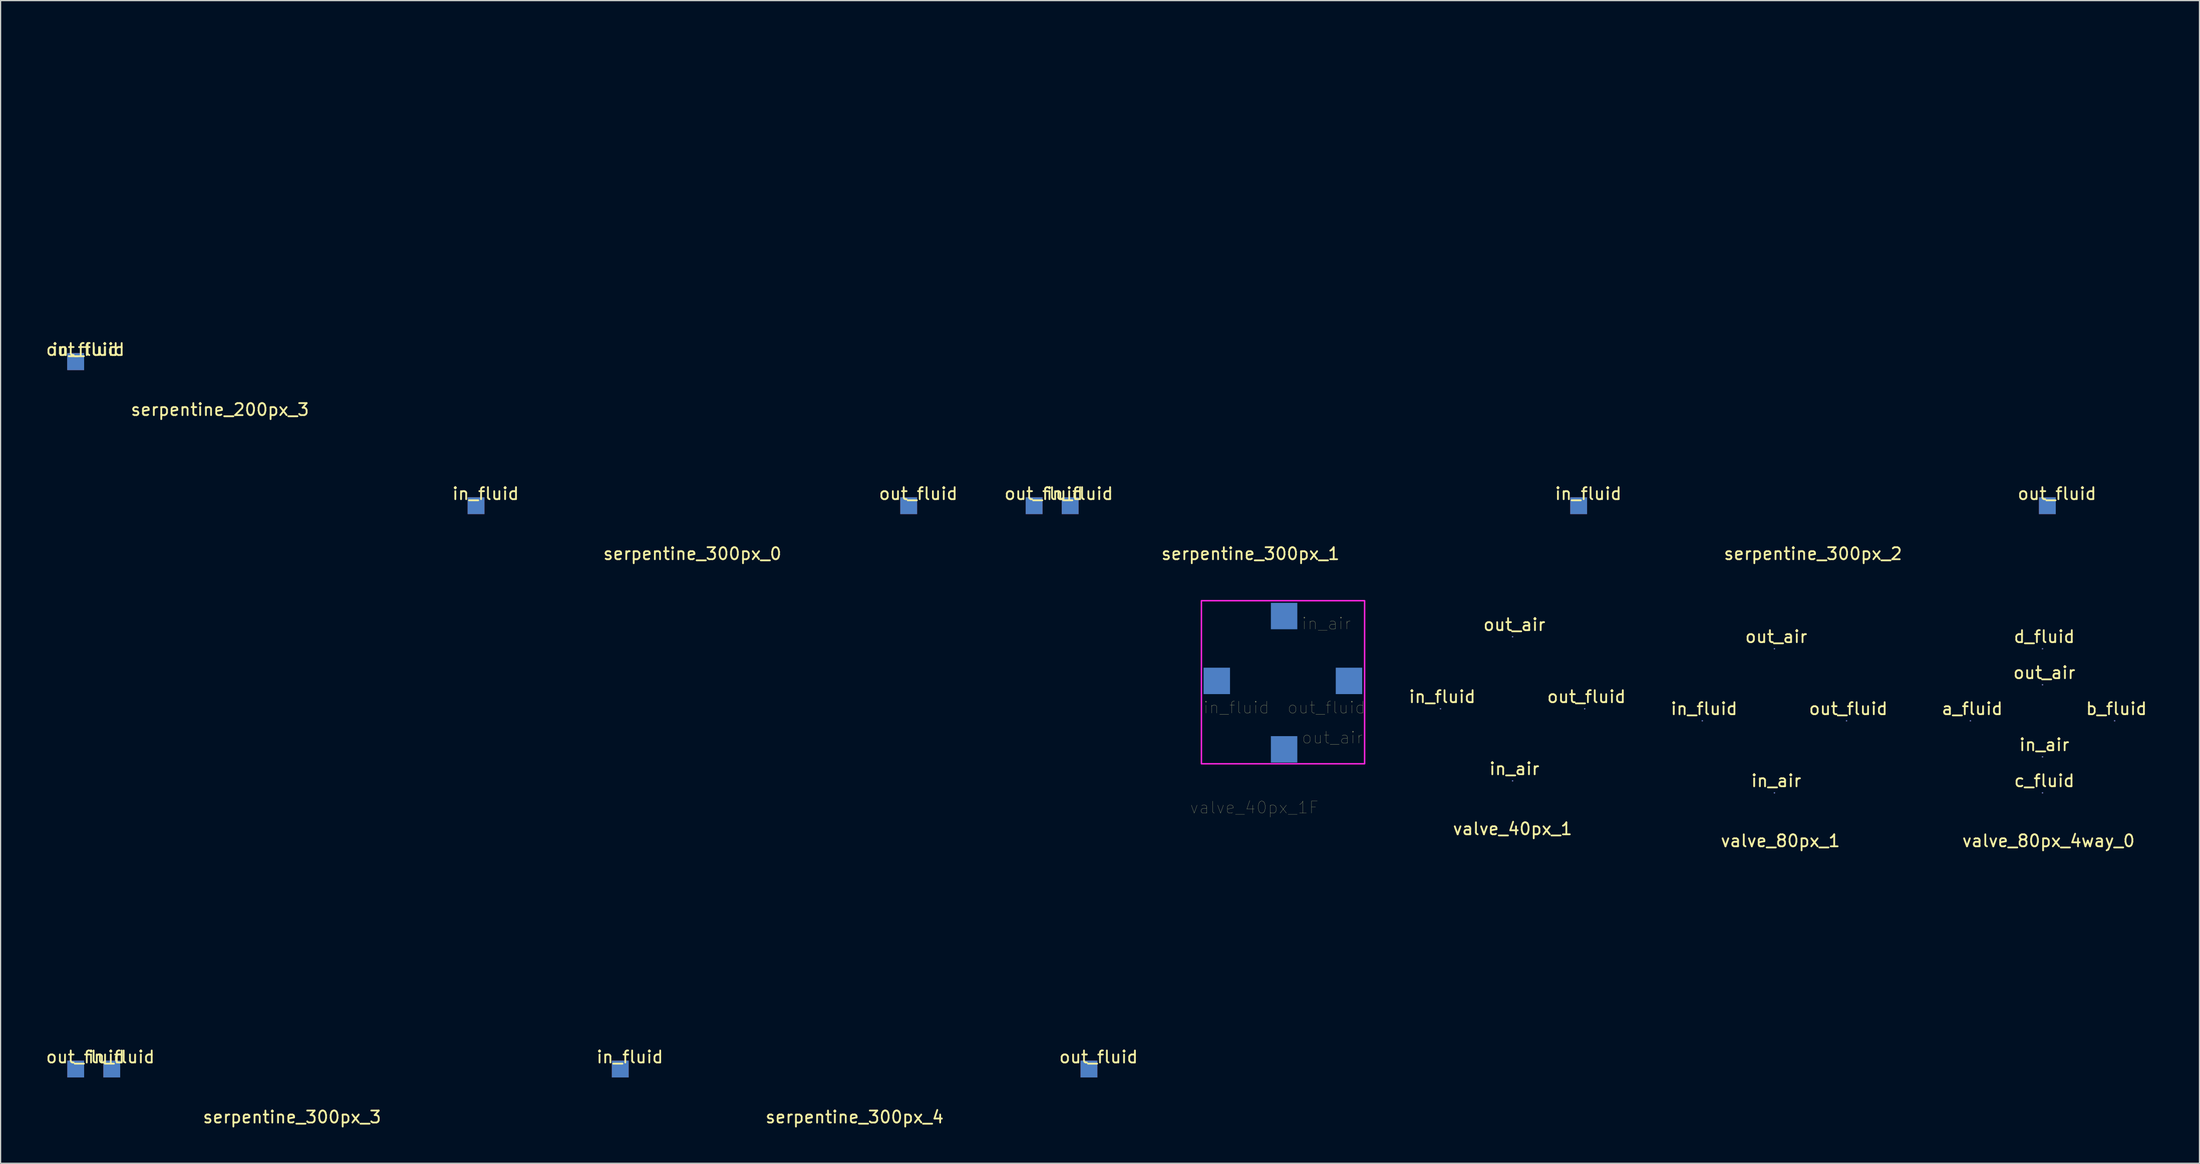
<source format=kicad_pcb>
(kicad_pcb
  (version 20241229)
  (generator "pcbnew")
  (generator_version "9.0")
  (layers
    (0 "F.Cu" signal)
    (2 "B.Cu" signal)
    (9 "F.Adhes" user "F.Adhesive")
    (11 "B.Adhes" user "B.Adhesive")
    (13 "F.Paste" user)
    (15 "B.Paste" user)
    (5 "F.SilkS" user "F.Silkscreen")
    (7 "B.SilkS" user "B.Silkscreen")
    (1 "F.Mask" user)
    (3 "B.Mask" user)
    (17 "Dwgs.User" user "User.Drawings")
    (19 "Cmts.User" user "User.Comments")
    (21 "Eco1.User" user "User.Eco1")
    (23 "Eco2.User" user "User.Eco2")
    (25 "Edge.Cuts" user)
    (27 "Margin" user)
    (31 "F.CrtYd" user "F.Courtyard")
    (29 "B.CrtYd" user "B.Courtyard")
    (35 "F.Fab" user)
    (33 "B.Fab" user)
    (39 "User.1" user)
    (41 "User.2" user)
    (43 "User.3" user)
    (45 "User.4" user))
  (footprint "serpentine_200px_3"
    (layer "F.Cu")
    (at 0.25 30.06)
    (property "Reference" "serpentine_200px_3" (at 15 1 0) (layer "F.SilkS") (effects (font (size 1 1) (thickness 0.15))))
    (attr through_hole)
    (fp_rect (start 0 0) (end 30 -30) (stroke (width 0.12) (type solid)) (fill no) (layer "Margin"))
    (fp_text user "in_fluid" (at 3.8 -4 0) (layer "F.SilkS") (effects (font (size 1 1) (thickness 0.15))))
    (fp_text user "out_fluid" (at 3.8 -4 0) (layer "F.SilkS") (effects (font (size 1 1) (thickness 0.15))))
    (pad "0" thru_hole rect (at 3 -3) (size 1.4 1.4) (drill 0.000001) (layers "In8.Cu"))
    (pad "1" thru_hole rect (at 3 -3) (size 1.4 1.4) (drill 0.000001) (layers "In5.Cu"))
    (zone (net_name "") (layer "In5.Cu") (hatch edge 0.1) (connect_pads) (min_thickness 0.254) (filled_areas_thickness no) (keepout (tracks not_allowed) (vias not_allowed) (pads not_allowed) (copperpour not_allowed) (footprints not_allowed)) (placement (enabled no)) (fill) (polygon (pts (xy 3.25 30.06) (xy 3.25 0.06) (xy 27.25 0.06) (xy 27.25 30.06))))
    (zone (net_name "") (layer "In6.Cu") (hatch edge 0.1) (connect_pads) (min_thickness 0.254) (filled_areas_thickness no) (keepout (tracks not_allowed) (vias not_allowed) (pads not_allowed) (copperpour not_allowed) (footprints not_allowed)) (placement (enabled no)) (fill) (polygon (pts (xy 6.25 30.06) (xy 6.25 0.06) (xy 27.25 0.06) (xy 27.25 30.06))))
    (zone (net_name "") (layer "In7.Cu") (hatch edge 0.1) (connect_pads) (min_thickness 0.254) (filled_areas_thickness no) (keepout (tracks not_allowed) (vias not_allowed) (pads not_allowed) (copperpour not_allowed) (footprints not_allowed)) (placement (enabled no)) (fill) (polygon (pts (xy 6.25 30.06) (xy 6.25 0.06) (xy 27.25 0.06) (xy 27.25 30.06))))
    (zone (net_name "") (layer "In8.Cu") (hatch edge 0.1) (connect_pads) (min_thickness 0.254) (filled_areas_thickness no) (keepout (tracks not_allowed) (vias not_allowed) (pads not_allowed) (copperpour not_allowed) (footprints not_allowed)) (placement (enabled no)) (fill) (polygon (pts (xy 3.25 30.06) (xy 3.25 0.06) (xy 27.25 0.06) (xy 27.25 30.06)))))
  (footprint "valve_80px_1"
    (layer "F.Cu")
    (at 135.594 65.968)
    (property "Reference" "valve_80px_1" (at 9.5 1 0) (layer "F.SilkS") (effects (font (size 1 1) (thickness 0.15))))
    (attr through_hole)
    (fp_rect (start 0 0) (end 19 -19) (stroke (width 0.12) (type solid)) (fill no) (layer "Margin"))
    (fp_text user "in_air" (at 9.15 -4 0) (layer "F.SilkS") (effects (font (size 1 1) (thickness 0.15))))
    (fp_text user "out_fluid" (at 15.15 -10 0) (layer "F.SilkS") (effects (font (size 1 1) (thickness 0.15))))
    (fp_text user "out_air" (at 9.15 -16 0) (layer "F.SilkS") (effects (font (size 1 1) (thickness 0.15))))
    (fp_text user "in_fluid" (at 3.15 -10 0) (layer "F.SilkS") (effects (font (size 1 1) (thickness 0.15))))
    (pad "0" thru_hole rect (at 3 -9) (size 0.1 0.1) (drill 0.000001) (layers "B.Cu"))
    (pad "1" thru_hole rect (at 15 -9) (size 0.1 0.1) (drill 0.000001) (layers "B.Cu"))
    (pad "2" thru_hole rect (at 9 -3) (size 0.1 0.1) (drill 0.000001) (layers "In7.Cu"))
    (pad "3" thru_hole rect (at 9 -15) (size 0.1 0.1) (drill 0.000001) (layers "In7.Cu"))
    (zone (net_name "") (layer "B.Cu") (hatch edge 0.1) (connect_pads) (min_thickness 0.254) (filled_areas_thickness no) (keepout (tracks not_allowed) (vias not_allowed) (pads not_allowed) (copperpour not_allowed) (footprints not_allowed)) (placement (enabled no)) (fill) (polygon (pts (xy 138.594 62.968) (xy 138.594 50.968) (xy 150.594 50.968) (xy 150.594 62.968))))
    (zone (net_name "") (layer "In7.Cu") (hatch edge 0.1) (connect_pads) (min_thickness 0.254) (filled_areas_thickness no) (keepout (tracks not_allowed) (vias not_allowed) (pads not_allowed) (copperpour not_allowed) (footprints not_allowed)) (placement (enabled no)) (fill) (polygon (pts (xy 138.594 62.968) (xy 138.594 50.968) (xy 150.594 50.968) (xy 150.594 62.968))))
    (zone (net_name "") (layer "In8.Cu") (hatch edge 0.1) (connect_pads) (min_thickness 0.254) (filled_areas_thickness no) (keepout (tracks not_allowed) (vias not_allowed) (pads not_allowed) (copperpour not_allowed) (footprints not_allowed)) (placement (enabled no)) (fill) (polygon (pts (xy 138.594 62.968) (xy 138.594 50.968) (xy 150.594 50.968) (xy 150.594 62.968)))))
  (footprint "valve_40px_1F"
    (layer "F.Cu")
    (at 94.997 62.468)
    (property "Reference" "valve_40px_1F" (at 6.323 1.727 0) (layer "F.SilkS") (effects (font (size 1 1) (thickness 0.015))))
    (attr through_hole)
    (fp_rect (start 15.5 -1.92) (end 1.92 -15.5) (stroke (width 0.12) (type solid)) (fill no) (layer "F.CrtYd"))
    (fp_text user "out_fluid" (at 12.32 -6.6 0) (layer "F.SilkS") (effects (font (size 1 1) (thickness 0.015))))
    (fp_text user "in_fluid" (at 4.82 -6.6 0) (layer "F.SilkS") (effects (font (size 1 1) (thickness 0.015))))
    (fp_text user "out_air" (at 12.82 -4.1 0) (layer "F.SilkS") (effects (font (size 1 1) (thickness 0.015))))
    (fp_text user "in_air" (at 12.32 -13.6 0) (layer "F.SilkS") (effects (font (size 1 1) (thickness 0.015))))
    (pad "1" smd rect (at 14.2 -8.82) (size 2.2 2.2) (layers "B.Cu"))
    (pad "2" smd rect (at 3.2 -8.82) (size 2.2 2.2) (layers "B.Cu"))
    (pad "3" smd rect (at 8.8 -3.12) (size 2.2 2.2) (layers "B.Cu"))
    (pad "4" smd rect (at 8.8 -14.22) (size 2.2 2.2) (layers "B.Cu")))
  (footprint "serpentine_300px_1"
    (layer "F.Cu")
    (at 79.997 42.06)
    (property "Reference" "serpentine_300px_1" (at 21 1 0) (layer "F.SilkS") (effects (font (size 1 1) (thickness 0.15))))
    (attr through_hole)
    (fp_rect (start 0 0) (end 42 -42) (stroke (width 0.12) (type solid)) (fill no) (layer "Margin"))
    (fp_text user "out_fluid" (at 3.8 -4 0) (layer "F.SilkS") (effects (font (size 1 1) (thickness 0.15))))
    (fp_text user "in_fluid" (at 6.8 -4 0) (layer "F.SilkS") (effects (font (size 1 1) (thickness 0.15))))
    (pad "0" thru_hole rect (at 6 -3) (size 1.4 1.4) (drill 0.000001) (layers "In8.Cu"))
    (pad "1" thru_hole rect (at 3 -3) (size 1.4 1.4) (drill 0.000001) (layers "In7.Cu"))
    (zone (net_name "") (layer "In7.Cu") (hatch edge 0.1) (connect_pads) (min_thickness 0.254) (filled_areas_thickness no) (keepout (tracks not_allowed) (vias not_allowed) (pads not_allowed) (copperpour not_allowed) (footprints not_allowed)) (placement (enabled no)) (fill) (polygon (pts (xy 85.997 42.06) (xy 85.997 0.06) (xy 118.997 0.06) (xy 118.997 42.06))))
    (zone (net_name "") (layer "In8.Cu") (hatch edge 0.1) (connect_pads) (min_thickness 0.254) (filled_areas_thickness no) (keepout (tracks not_allowed) (vias not_allowed) (pads not_allowed) (copperpour not_allowed) (footprints not_allowed)) (placement (enabled no)) (fill) (polygon (pts (xy 85.997 42.06) (xy 85.997 0.06) (xy 118.997 0.06) (xy 118.997 42.06)))))
  (footprint "serpentine_300px_3"
    (layer "F.Cu")
    (at 0.25 88.968)
    (property "Reference" "serpentine_300px_3" (at 21 1 0) (layer "F.SilkS") (effects (font (size 1 1) (thickness 0.15))))
    (attr through_hole)
    (fp_rect (start 0 0) (end 42 -42) (stroke (width 0.12) (type solid)) (fill no) (layer "Margin"))
    (fp_text user "in_fluid" (at 6.8 -4 0) (layer "F.SilkS") (effects (font (size 1 1) (thickness 0.15))))
    (fp_text user "out_fluid" (at 3.8 -4 0) (layer "F.SilkS") (effects (font (size 1 1) (thickness 0.15))))
    (pad "0" thru_hole rect (at 6 -3) (size 1.4 1.4) (drill 0.000001) (layers "In8.Cu"))
    (pad "1" thru_hole rect (at 3 -3) (size 1.4 1.4) (drill 0.000001) (layers "In5.Cu"))
    (zone (net_name "") (layer "In5.Cu") (hatch edge 0.1) (connect_pads) (min_thickness 0.254) (filled_areas_thickness no) (keepout (tracks not_allowed) (vias not_allowed) (pads not_allowed) (copperpour not_allowed) (footprints not_allowed)) (placement (enabled no)) (fill) (polygon (pts (xy 3.25 88.968) (xy 3.25 46.968) (xy 42.25 46.968) (xy 42.25 88.968))))
    (zone (net_name "") (layer "In6.Cu") (hatch edge 0.1) (connect_pads) (min_thickness 0.254) (filled_areas_thickness no) (keepout (tracks not_allowed) (vias not_allowed) (pads not_allowed) (copperpour not_allowed) (footprints not_allowed)) (placement (enabled no)) (fill) (polygon (pts (xy 6.25 88.968) (xy 6.25 46.968) (xy 42.25 46.968) (xy 42.25 88.968))))
    (zone (net_name "") (layer "In7.Cu") (hatch edge 0.1) (connect_pads) (min_thickness 0.254) (filled_areas_thickness no) (keepout (tracks not_allowed) (vias not_allowed) (pads not_allowed) (copperpour not_allowed) (footprints not_allowed)) (placement (enabled no)) (fill) (polygon (pts (xy 6.25 88.968) (xy 6.25 46.968) (xy 42.25 46.968) (xy 42.25 88.968))))
    (zone (net_name "") (layer "In8.Cu") (hatch edge 0.1) (connect_pads) (min_thickness 0.254) (filled_areas_thickness no) (keepout (tracks not_allowed) (vias not_allowed) (pads not_allowed) (copperpour not_allowed) (footprints not_allowed)) (placement (enabled no)) (fill) (polygon (pts (xy 6.25 88.968) (xy 6.25 46.968) (xy 42.25 46.968) (xy 42.25 88.968)))))
  (footprint "serpentine_300px_0"
    (layer "F.Cu")
    (at 33.56 42.06)
    (property "Reference" "serpentine_300px_0" (at 21 1 0) (layer "F.SilkS") (effects (font (size 1 1) (thickness 0.15))))
    (attr through_hole)
    (fp_rect (start 0 0) (end 42 -42) (stroke (width 0.12) (type solid)) (fill no) (layer "Margin"))
    (fp_text user "in_fluid" (at 3.8 -4 0) (layer "F.SilkS") (effects (font (size 1 1) (thickness 0.15))))
    (fp_text user "out_fluid" (at 39.8 -4 0) (layer "F.SilkS") (effects (font (size 1 1) (thickness 0.15))))
    (pad "0" thru_hole rect (at 3 -3) (size 1.4 1.4) (drill 0.000001) (layers "B.Cu"))
    (pad "1" thru_hole rect (at 39 -3) (size 1.4 1.4) (drill 0.000001) (layers "B.Cu"))
    (zone (net_name "") (layer "B.Cu") (hatch edge 0.1) (connect_pads) (min_thickness 0.254) (filled_areas_thickness no) (keepout (tracks not_allowed) (vias not_allowed) (pads not_allowed) (copperpour not_allowed) (footprints not_allowed)) (placement (enabled no)) (fill) (polygon (pts (xy 36.56 39.06) (xy 36.56 3.06) (xy 69.56 3.06) (xy 69.56 39.06)))))
  (footprint "serpentine_300px_4"
    (layer "F.Cu")
    (at 45.56 88.968)
    (property "Reference" "serpentine_300px_4" (at 22.5 1 0) (layer "F.SilkS") (effects (font (size 1 1) (thickness 0.15))))
    (attr through_hole)
    (fp_rect (start 0 0) (end 45 -42) (stroke (width 0.12) (type solid)) (fill no) (layer "Margin"))
    (fp_text user "out_fluid" (at 42.8 -4 0) (layer "F.SilkS") (effects (font (size 1 1) (thickness 0.15))))
    (fp_text user "in_fluid" (at 3.8 -4 0) (layer "F.SilkS") (effects (font (size 1 1) (thickness 0.15))))
    (pad "0" thru_hole rect (at 3 -3) (size 1.4 1.4) (drill 0.000001) (layers "In8.Cu"))
    (pad "1" thru_hole rect (at 42 -3) (size 1.4 1.4) (drill 0.000001) (layers "In4.Cu"))
    (zone (net_name "") (layer "In4.Cu") (hatch edge 0.1) (connect_pads) (min_thickness 0.254) (filled_areas_thickness no) (keepout (tracks not_allowed) (vias not_allowed) (pads not_allowed) (copperpour not_allowed) (footprints not_allowed)) (placement (enabled no)) (fill) (polygon (pts (xy 51.56 88.968) (xy 51.56 46.968) (xy 87.56 46.968) (xy 87.56 88.968))))
    (zone (net_name "") (layer "In5.Cu") (hatch edge 0.1) (connect_pads) (min_thickness 0.254) (filled_areas_thickness no) (keepout (tracks not_allowed) (vias not_allowed) (pads not_allowed) (copperpour not_allowed) (footprints not_allowed)) (placement (enabled no)) (fill) (polygon (pts (xy 51.56 88.968) (xy 51.56 46.968) (xy 87.56 46.968) (xy 87.56 88.968))))
    (zone (net_name "") (layer "In6.Cu") (hatch edge 0.1) (connect_pads) (min_thickness 0.254) (filled_areas_thickness no) (keepout (tracks not_allowed) (vias not_allowed) (pads not_allowed) (copperpour not_allowed) (footprints not_allowed)) (placement (enabled no)) (fill) (polygon (pts (xy 51.56 88.968) (xy 51.56 46.968) (xy 87.56 46.968) (xy 87.56 88.968))))
    (zone (net_name "") (layer "In7.Cu") (hatch edge 0.1) (connect_pads) (min_thickness 0.254) (filled_areas_thickness no) (keepout (tracks not_allowed) (vias not_allowed) (pads not_allowed) (copperpour not_allowed) (footprints not_allowed)) (placement (enabled no)) (fill) (polygon (pts (xy 51.56 88.968) (xy 51.56 46.968) (xy 84.56 46.968) (xy 84.56 88.968))))
    (zone (net_name "") (layer "In8.Cu") (hatch edge 0.1) (connect_pads) (min_thickness 0.254) (filled_areas_thickness no) (keepout (tracks not_allowed) (vias not_allowed) (pads not_allowed) (copperpour not_allowed) (footprints not_allowed)) (placement (enabled no)) (fill) (polygon (pts (xy 48.56 88.968) (xy 48.56 46.968) (xy 84.56 46.968) (xy 84.56 88.968)))))
  (footprint "valve_80px_4way_0"
    (layer "F.Cu")
    (at 157.904 65.968)
    (property "Reference" "valve_80px_4way_0" (at 9.5 1 0) (layer "F.SilkS") (effects (font (size 1 1) (thickness 0.15))))
    (attr through_hole)
    (fp_rect (start 0 0) (end 19 -19) (stroke (width 0.12) (type solid)) (fill no) (layer "Margin"))
    (fp_text user "d_fluid" (at 9.15 -16 0) (layer "F.SilkS") (effects (font (size 1 1) (thickness 0.15))))
    (fp_text user "out_air" (at 9.15 -13 0) (layer "F.SilkS") (effects (font (size 1 1) (thickness 0.15))))
    (fp_text user "a_fluid" (at 3.15 -10 0) (layer "F.SilkS") (effects (font (size 1 1) (thickness 0.15))))
    (fp_text user "c_fluid" (at 9.15 -4 0) (layer "F.SilkS") (effects (font (size 1 1) (thickness 0.15))))
    (fp_text user "in_air" (at 9.15 -7 0) (layer "F.SilkS") (effects (font (size 1 1) (thickness 0.15))))
    (fp_text user "b_fluid" (at 15.15 -10 0) (layer "F.SilkS") (effects (font (size 1 1) (thickness 0.15))))
    (pad "0" thru_hole rect (at 3 -9) (size 0.1 0.1) (drill 0.000001) (layers "B.Cu"))
    (pad "1" thru_hole rect (at 15 -9) (size 0.1 0.1) (drill 0.000001) (layers "B.Cu"))
    (pad "2" thru_hole rect (at 9 -3) (size 0.1 0.1) (drill 0.000001) (layers "B.Cu"))
    (pad "3" thru_hole rect (at 9 -15) (size 0.1 0.1) (drill 0.000001) (layers "B.Cu"))
    (pad "4" thru_hole rect (at 9 -6) (size 0.1 0.1) (drill 0.000001) (layers "In7.Cu"))
    (pad "5" thru_hole rect (at 9 -12) (size 0.1 0.1) (drill 0.000001) (layers "In7.Cu"))
    (zone (net_name "") (layer "B.Cu") (hatch edge 0.1) (connect_pads) (min_thickness 0.254) (filled_areas_thickness no) (keepout (tracks not_allowed) (vias not_allowed) (pads not_allowed) (copperpour not_allowed) (footprints not_allowed)) (placement (enabled no)) (fill) (polygon (pts (xy 160.904 62.968) (xy 160.904 50.968) (xy 172.904 50.968) (xy 172.904 62.968))))
    (zone (net_name "") (layer "In7.Cu") (hatch edge 0.1) (connect_pads) (min_thickness 0.254) (filled_areas_thickness no) (keepout (tracks not_allowed) (vias not_allowed) (pads not_allowed) (copperpour not_allowed) (footprints not_allowed)) (placement (enabled no)) (fill) (polygon (pts (xy 163.904 59.968) (xy 163.904 53.968) (xy 169.904 53.968) (xy 169.904 59.968))))
    (zone (net_name "") (layer "In8.Cu") (hatch edge 0.1) (connect_pads) (min_thickness 0.254) (filled_areas_thickness no) (keepout (tracks not_allowed) (vias not_allowed) (pads not_allowed) (copperpour not_allowed) (footprints not_allowed)) (placement (enabled no)) (fill) (polygon (pts (xy 160.904 62.968) (xy 160.904 50.968) (xy 172.904 50.968) (xy 172.904 62.968)))))
  (footprint "serpentine_300px_2"
    (layer "F.Cu")
    (at 125.307 42.06)
    (property "Reference" "serpentine_300px_2" (at 22.5 1 0) (layer "F.SilkS") (effects (font (size 1 1) (thickness 0.15))))
    (attr through_hole)
    (fp_rect (start 0 0) (end 45 -42) (stroke (width 0.12) (type solid)) (fill no) (layer "Margin"))
    (fp_text user "in_fluid" (at 3.8 -4 0) (layer "F.SilkS") (effects (font (size 1 1) (thickness 0.15))))
    (fp_text user "out_fluid" (at 42.8 -4 0) (layer "F.SilkS") (effects (font (size 1 1) (thickness 0.15))))
    (pad "0" thru_hole rect (at 3 -3) (size 1.4 1.4) (drill 0.000001) (layers "In8.Cu"))
    (pad "1" thru_hole rect (at 42 -3) (size 1.4 1.4) (drill 0.000001) (layers "In6.Cu"))
    (zone (net_name "") (layer "In6.Cu") (hatch edge 0.1) (connect_pads) (min_thickness 0.254) (filled_areas_thickness no) (keepout (tracks not_allowed) (vias not_allowed) (pads not_allowed) (copperpour not_allowed) (footprints not_allowed)) (placement (enabled no)) (fill) (polygon (pts (xy 131.307 42.06) (xy 131.307 0.06) (xy 167.307 0.06) (xy 167.307 42.06))))
    (zone (net_name "") (layer "In7.Cu") (hatch edge 0.1) (connect_pads) (min_thickness 0.254) (filled_areas_thickness no) (keepout (tracks not_allowed) (vias not_allowed) (pads not_allowed) (copperpour not_allowed) (footprints not_allowed)) (placement (enabled no)) (fill) (polygon (pts (xy 131.307 42.06) (xy 131.307 0.06) (xy 164.307 0.06) (xy 164.307 42.06))))
    (zone (net_name "") (layer "In8.Cu") (hatch edge 0.1) (connect_pads) (min_thickness 0.254) (filled_areas_thickness no) (keepout (tracks not_allowed) (vias not_allowed) (pads not_allowed) (copperpour not_allowed) (footprints not_allowed)) (placement (enabled no)) (fill) (polygon (pts (xy 128.307 42.06) (xy 128.307 0.06) (xy 164.307 0.06) (xy 164.307 42.06)))))
  (footprint "valve_40px_1"
    (layer "F.Cu")
    (at 113.807 64.968)
    (property "Reference" "valve_40px_1" (at 9 1 0) (layer "F.SilkS") (effects (font (size 1 1) (thickness 0.15))))
    (attr through_hole)
    (fp_rect (start 0 0) (end 18 -18) (stroke (width 0.12) (type solid)) (fill no) (layer "Margin"))
    (fp_text user "in_fluid" (at 3.15 -10 0) (layer "F.SilkS") (effects (font (size 1 1) (thickness 0.15))))
    (fp_text user "out_fluid" (at 15.15 -10 0) (layer "F.SilkS") (effects (font (size 1 1) (thickness 0.15))))
    (fp_text user "out_air" (at 9.15 -16 0) (layer "F.SilkS") (effects (font (size 1 1) (thickness 0.15))))
    (fp_text user "in_air" (at 9.15 -4 0) (layer "F.SilkS") (effects (font (size 1 1) (thickness 0.15))))
    (pad "0" thru_hole rect (at 3 -9) (size 0.1 0.1) (drill 0.000001) (layers "B.Cu"))
    (pad "1" thru_hole rect (at 15 -9) (size 0.1 0.1) (drill 0.000001) (layers "B.Cu"))
    (pad "2" thru_hole rect (at 9 -3) (size 0.1 0.1) (drill 0.000001) (layers "In7.Cu"))
    (pad "3" thru_hole rect (at 9 -15) (size 0.1 0.1) (drill 0.000001) (layers "In7.Cu"))
    (zone (net_name "") (layer "B.Cu") (hatch edge 0.1) (connect_pads) (min_thickness 0.254) (filled_areas_thickness no) (keepout (tracks not_allowed) (vias not_allowed) (pads not_allowed) (copperpour not_allowed) (footprints not_allowed)) (placement (enabled no)) (fill) (polygon (pts (xy 116.807 61.968) (xy 116.807 49.968) (xy 128.807 49.968) (xy 128.807 61.968))))
    (zone (net_name "") (layer "In7.Cu") (hatch edge 0.1) (connect_pads) (min_thickness 0.254) (filled_areas_thickness no) (keepout (tracks not_allowed) (vias not_allowed) (pads not_allowed) (copperpour not_allowed) (footprints not_allowed)) (placement (enabled no)) (fill) (polygon (pts (xy 116.807 61.968) (xy 116.807 49.968) (xy 128.807 49.968) (xy 128.807 61.968))))
    (zone (net_name "") (layer "In8.Cu") (hatch edge 0.1) (connect_pads) (min_thickness 0.254) (filled_areas_thickness no) (keepout (tracks not_allowed) (vias not_allowed) (pads not_allowed) (copperpour not_allowed) (footprints not_allowed)) (placement (enabled no)) (fill) (polygon (pts (xy 116.807 61.968) (xy 116.807 49.968) (xy 128.807 49.968) (xy 128.807 61.968)))))
  (gr_rect
    (start -3 -3)
    (end 179.964 93.817)
    (stroke (width 0.1) (type default))
    (fill no)
    (layer "Edge.Cuts")))
</source>
